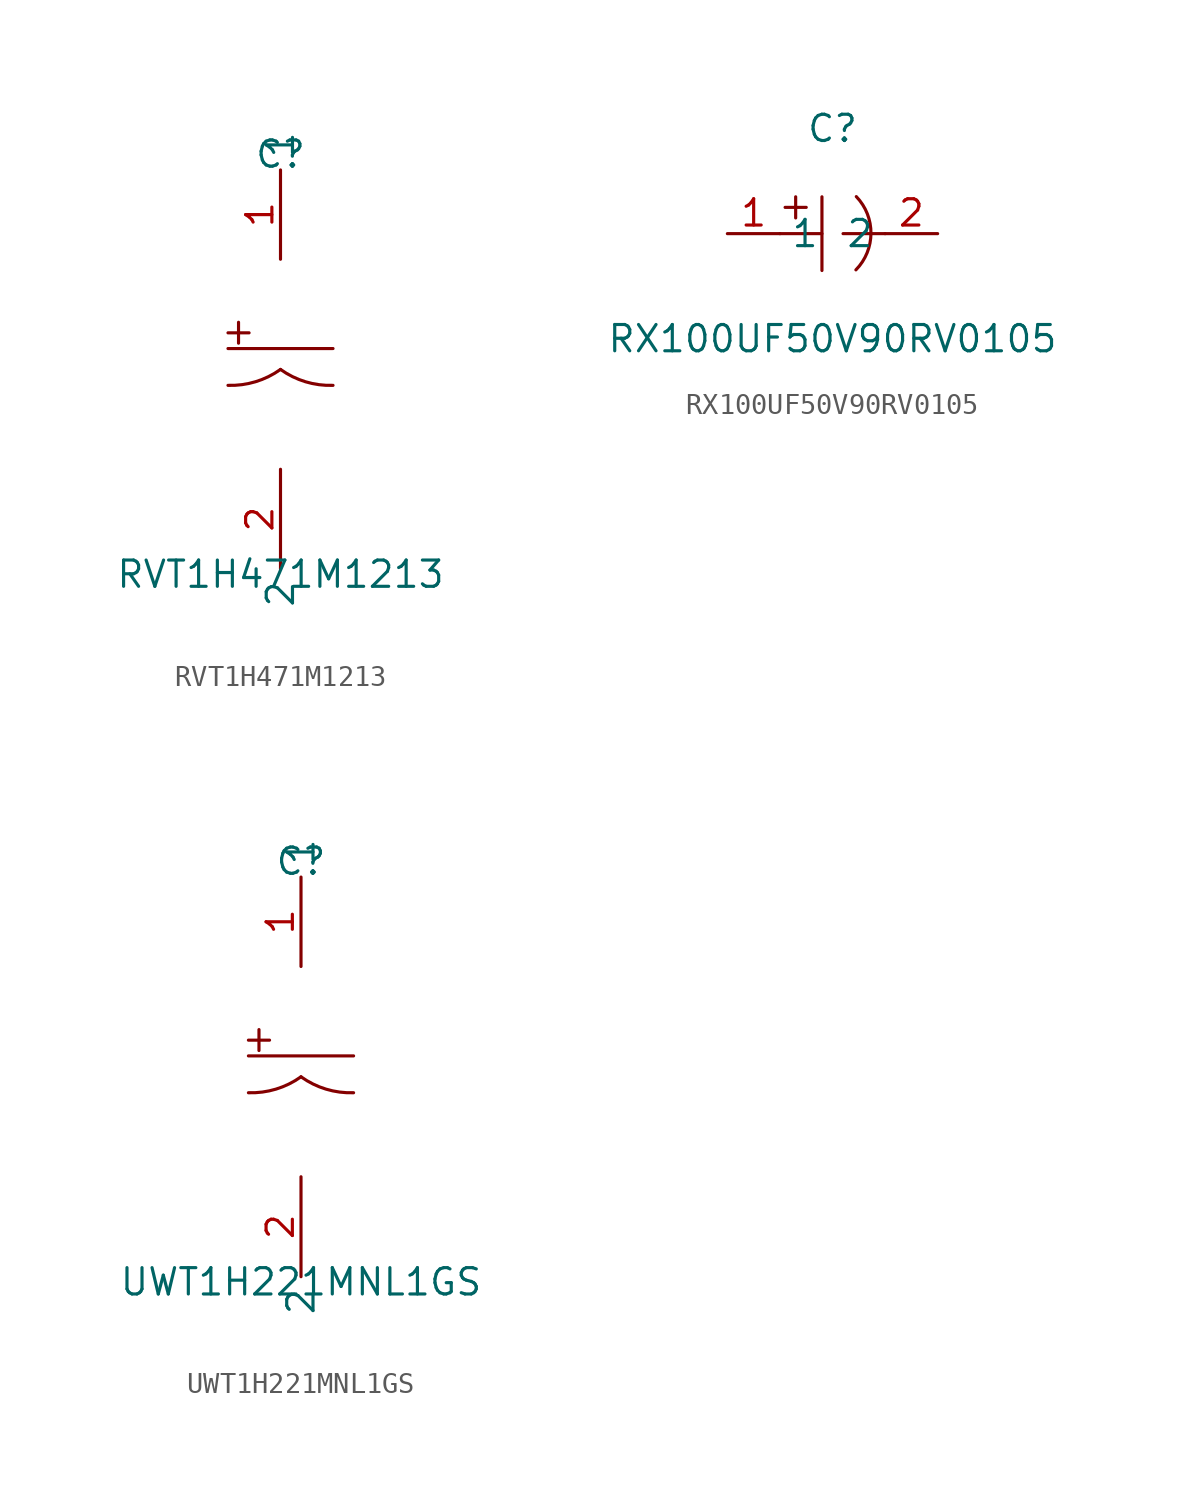
<source format=kicad_sym>
(kicad_symbol_lib
  (version 20211014)
  (generator https://github.com/uPesy/easyeda2kicad.py)
  (symbol "RVT1H471M1213"
    (property "Reference" "C"
      (at 0 10.16 0)
      (effects (font (size 1.27 1.27))))
    (property "Value" "RVT1H471M1213"
      (at 0 -10.16 0)
      (effects (font (size 1.27 1.27))))
    (symbol "RVT1H471M1213_0_1"
      (rectangle (start -2.54 1.52) (end -1.52 1.52) (stroke (width 0) (type default) (color 0 0 0 0)) (fill (type background)))
      (rectangle (start -2.03 2.03) (end -2.03 1.02) (stroke (width 0) (type default) (color 0 0 0 0)) (fill (type background)))
      (arc (start 0.00 -0.25) (mid 4.23 -4.70) (end 2.54 -1.02) (stroke (width 0) (type default) (color 0 0 0 0)) (fill (type none)))
      (arc (start -2.54 -1.02) (mid 3.94 -3.72) (end 0.00 -0.25) (stroke (width 0) (type default) (color 0 0 0 0)) (fill (type none)))
      (polyline (pts (xy -2.54 0.76) (xy 2.54 0.76)) (stroke (width 0) (type default) (color 0 0 0 0)) (fill (type none)))
      (pin unspecified line (at 0.00 5.08 90) (length 4.318) (name "1" (effects (font (size 1.27 1.27)))) (number "1" (effects (font (size 1.27 1.27)))))
      (pin unspecified line (at 0.00 -5.08 270) (length 4.826) (name "2" (effects (font (size 1.27 1.27)))) (number "2" (effects (font (size 1.27 1.27)))))))
  (symbol "RX100UF50V90RV0105"
    (property "Reference" "C"
      (at 0 5.08 0)
      (effects (font (size 1.27 1.27))))
    (property "Value" "RX100UF50V90RV0105"
      (at 0 -5.08 0)
      (effects (font (size 1.27 1.27))))
    (symbol "RX100UF50V90RV0105_0_1"
      (arc (start 1.13 -1.75) (mid 5.47 -0.41) (end 1.15 1.79) (stroke (width 0) (type default) (color 0 0 0 0)) (fill (type none)))
      (polyline (pts (xy -0.51 1.78) (xy -0.51 -1.78)) (stroke (width 0) (type default) (color 0 0 0 0)) (fill (type none)))
      (polyline (pts (xy -2.54 -0.00) (xy -0.51 -0.00)) (stroke (width 0) (type default) (color 0 0 0 0)) (fill (type none)))
      (polyline (pts (xy 0.51 -0.00) (xy 2.54 -0.00)) (stroke (width 0) (type default) (color 0 0 0 0)) (fill (type none)))
      (polyline (pts (xy -2.29 1.27) (xy -1.27 1.27)) (stroke (width 0) (type default) (color 0 0 0 0)) (fill (type none)))
      (polyline (pts (xy -1.78 1.78) (xy -1.78 0.76)) (stroke (width 0) (type default) (color 0 0 0 0)) (fill (type none)))
      (pin input line (at -5.08 -0.00 0) (length 2.54) (name "1" (effects (font (size 1.27 1.27)))) (number "1" (effects (font (size 1.27 1.27)))))
      (pin input line (at 5.08 -0.00 180) (length 2.54) (name "2" (effects (font (size 1.27 1.27)))) (number "2" (effects (font (size 1.27 1.27)))))))
  (symbol "UWT1H221MNL1GS"
    (property "Reference" "C"
      (at 0 10.16 0)
      (effects (font (size 1.27 1.27))))
    (property "Value" "UWT1H221MNL1GS"
      (at 0 -10.16 0)
      (effects (font (size 1.27 1.27))))
    (symbol "UWT1H221MNL1GS_0_1"
      (rectangle (start -2.54 1.52) (end -1.52 1.52) (stroke (width 0) (type default) (color 0 0 0 0)) (fill (type background)))
      (rectangle (start -2.03 2.03) (end -2.03 1.02) (stroke (width 0) (type default) (color 0 0 0 0)) (fill (type background)))
      (arc (start 0.00 -0.25) (mid 4.23 -4.70) (end 2.54 -1.02) (stroke (width 0) (type default) (color 0 0 0 0)) (fill (type none)))
      (arc (start -2.54 -1.02) (mid 3.94 -3.72) (end 0.00 -0.25) (stroke (width 0) (type default) (color 0 0 0 0)) (fill (type none)))
      (polyline (pts (xy -2.54 0.76) (xy 2.54 0.76)) (stroke (width 0) (type default) (color 0 0 0 0)) (fill (type none)))
      (pin unspecified line (at 0.00 5.08 90) (length 4.318) (name "1" (effects (font (size 1.27 1.27)))) (number "1" (effects (font (size 1.27 1.27)))))
      (pin unspecified line (at 0.00 -5.08 270) (length 4.826) (name "2" (effects (font (size 1.27 1.27)))) (number "2" (effects (font (size 1.27 1.27))))))))
</source>
